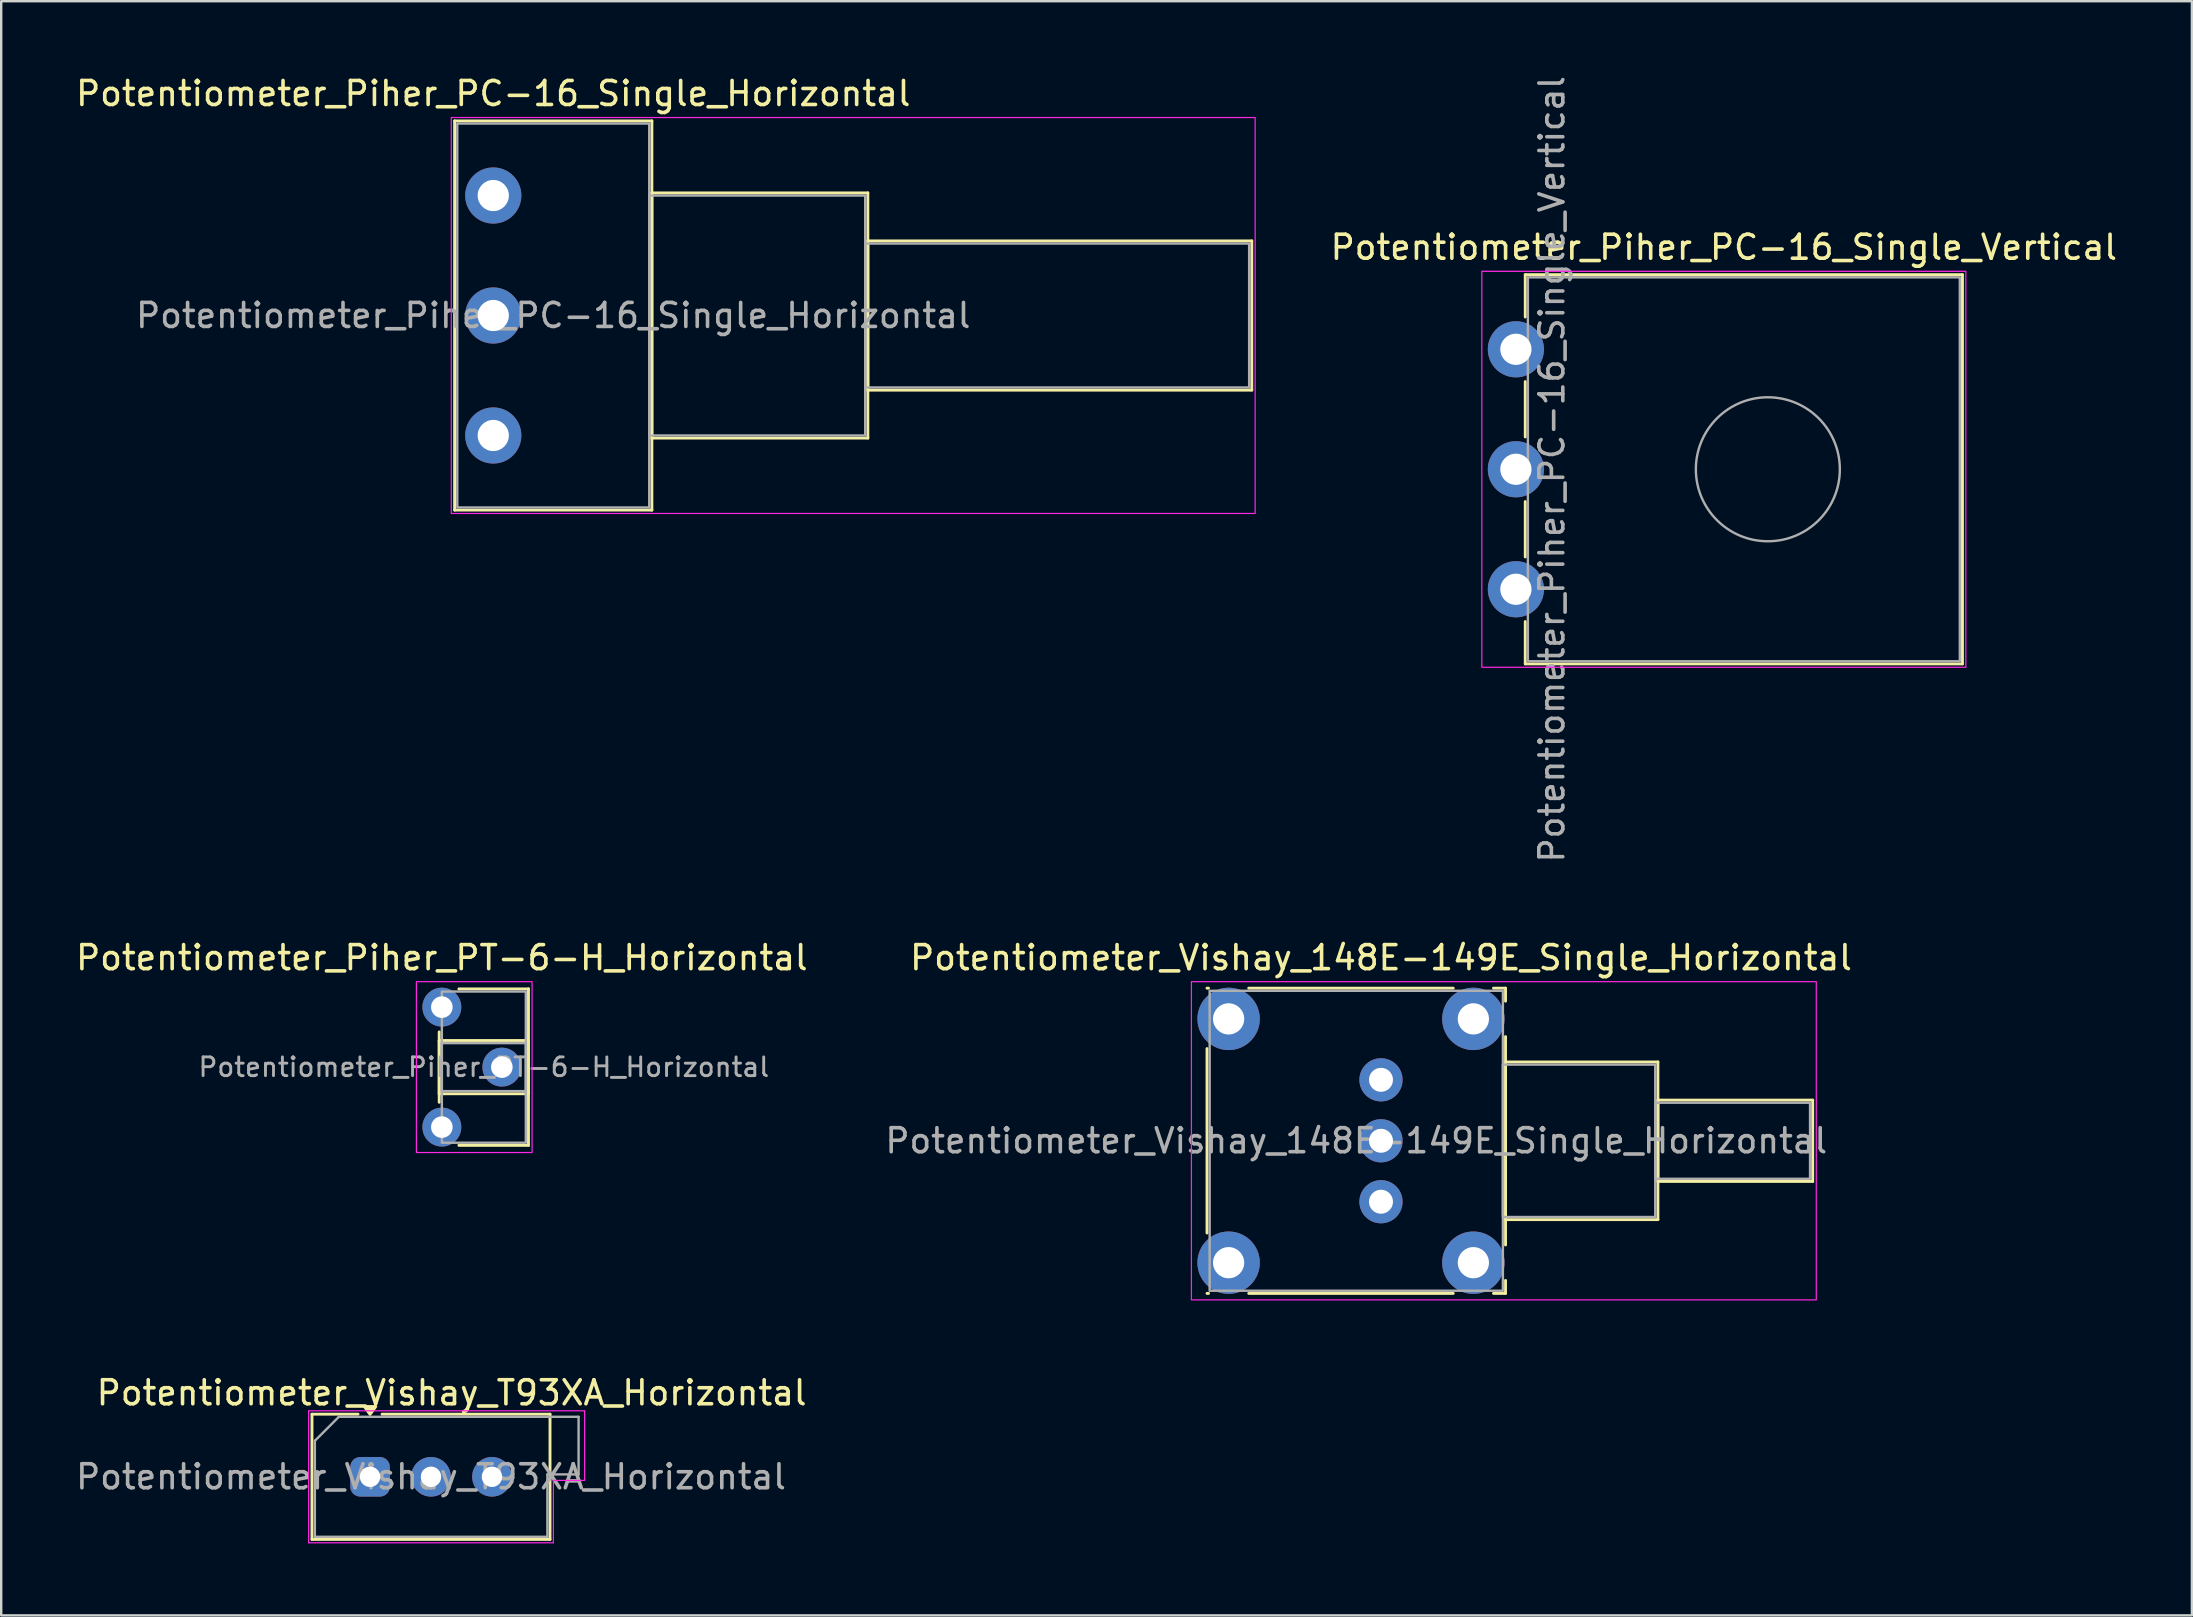
<source format=kicad_pcb>
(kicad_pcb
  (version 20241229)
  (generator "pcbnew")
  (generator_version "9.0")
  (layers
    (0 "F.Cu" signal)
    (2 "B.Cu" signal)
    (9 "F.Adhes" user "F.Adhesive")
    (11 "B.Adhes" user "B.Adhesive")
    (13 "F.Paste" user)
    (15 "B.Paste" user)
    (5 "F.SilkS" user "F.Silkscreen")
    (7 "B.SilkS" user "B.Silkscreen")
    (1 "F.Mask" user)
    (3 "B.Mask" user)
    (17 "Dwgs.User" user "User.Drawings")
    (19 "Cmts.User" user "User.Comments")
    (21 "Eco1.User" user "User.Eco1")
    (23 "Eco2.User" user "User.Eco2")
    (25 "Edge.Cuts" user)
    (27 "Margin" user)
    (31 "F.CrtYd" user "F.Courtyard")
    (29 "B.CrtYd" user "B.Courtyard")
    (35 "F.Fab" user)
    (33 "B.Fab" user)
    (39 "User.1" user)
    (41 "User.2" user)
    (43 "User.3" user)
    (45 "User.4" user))
  (footprint "Potentiometer_Piher_PC-16_Single_Vertical"
    (layer "F.Cu")
    (at 60.122 21.506)
    (property "Reference" "Potentiometer_Piher_PC-16_Single_Vertical" (at 8.665 -14.25 0) (layer "F.SilkS") (effects (font (size 1 1) (thickness 0.15))))
    (attr through_hole)
    (fp_line (start 0.39 -13.11) (end 18.61 -13.11) (stroke (width 0.12) (type solid)) (layer "F.SilkS"))
    (fp_line (start 0.39 -11.345) (end 0.39 -13.11) (stroke (width 0.12) (type solid)) (layer "F.SilkS"))
    (fp_line (start 0.39 -6.345) (end 0.39 -8.655) (stroke (width 0.12) (type solid)) (layer "F.SilkS"))
    (fp_line (start 0.39 -1.345) (end 0.39 -3.655) (stroke (width 0.12) (type solid)) (layer "F.SilkS"))
    (fp_line (start 0.39 3.11) (end 0.39 1.345) (stroke (width 0.12) (type solid)) (layer "F.SilkS"))
    (fp_line (start 18.61 -13.11) (end 18.61 3.11) (stroke (width 0.12) (type solid)) (layer "F.SilkS"))
    (fp_line (start 18.61 3.11) (end 0.39 3.11) (stroke (width 0.12) (type solid)) (layer "F.SilkS"))
    (fp_rect (start -1.42 -13.25) (end 18.75 3.25) (stroke (width 0.05) (type solid)) (fill no) (layer "F.CrtYd"))
    (fp_rect (start 0.5 -13) (end 18.5 3) (stroke (width 0.1) (type solid)) (fill no) (layer "F.Fab"))
    (fp_circle (center 10.5 -5) (end 13.5 -5) (stroke (width 0.1) (type solid)) (fill no) (layer "F.Fab"))
    (fp_text user "${REFERENCE}" (at 1.5 -5 90) (layer "F.Fab") (effects (font (size 1 1) (thickness 0.15))))
    (pad "1" thru_hole circle (at 0 0) (size 2.34 2.34) (drill 1.3) (layers "*.Cu" "*.Mask"))
    (pad "2" thru_hole circle (at 0 -5) (size 2.34 2.34) (drill 1.3) (layers "*.Cu" "*.Mask"))
    (pad "3" thru_hole circle (at 0 -10) (size 2.34 2.34) (drill 1.3) (layers "*.Cu" "*.Mask")))
  (footprint "Potentiometer_Piher_PT-6-H_Horizontal"
    (layer "F.Cu")
    (at 15.363 38.92)
    (property "Reference" "Potentiometer_Piher_PT-6-H_Horizontal" (at 0 -2.06 0) (layer "F.SilkS") (effects (font (size 1 1) (thickness 0.15))))
    (attr through_hole)
    (fp_line (start -0.11 1.39) (end 3.61 1.39) (stroke (width 0.12) (type solid)) (layer "F.SilkS"))
    (fp_line (start -0.11 3.61) (end -0.11 1.39) (stroke (width 0.12) (type solid)) (layer "F.SilkS"))
    (fp_line (start -0.11 3.966) (end -0.11 1.034) (stroke (width 0.12) (type solid)) (layer "F.SilkS"))
    (fp_line (start 0.71 -0.76) (end 3.61 -0.76) (stroke (width 0.12) (type solid)) (layer "F.SilkS"))
    (fp_line (start 3.61 -0.76) (end 3.61 5.76) (stroke (width 0.12) (type solid)) (layer "F.SilkS"))
    (fp_line (start 3.61 1.39) (end 3.61 3.61) (stroke (width 0.12) (type solid)) (layer "F.SilkS"))
    (fp_line (start 3.61 3.61) (end -0.11 3.61) (stroke (width 0.12) (type solid)) (layer "F.SilkS"))
    (fp_line (start 3.61 5.76) (end 0.71 5.76) (stroke (width 0.12) (type solid)) (layer "F.SilkS"))
    (fp_rect (start -1.06 -1.06) (end 3.76 6.06) (stroke (width 0.05) (type solid)) (fill no) (layer "F.CrtYd"))
    (fp_rect (start 0 -0.65) (end 3.5 5.65) (stroke (width 0.1) (type solid)) (fill no) (layer "F.Fab"))
    (fp_rect (start 0 1.5) (end 3.5 3.5) (stroke (width 0.1) (type solid)) (fill no) (layer "F.Fab"))
    (fp_text user "${REFERENCE}" (at 1.75 2.5 0) (layer "F.Fab") (effects (font (size 0.78 0.78) (thickness 0.12))))
    (pad "1" thru_hole circle (at 0 0) (size 1.62 1.62) (drill 0.9) (layers "*.Cu" "*.Mask"))
    (pad "2" thru_hole circle (at 2.5 2.5) (size 1.62 1.62) (drill 0.9) (layers "*.Cu" "*.Mask"))
    (pad "3" thru_hole circle (at 0 5) (size 1.62 1.62) (drill 0.9) (layers "*.Cu" "*.Mask")))
  (footprint "Potentiometer_Vishay_T93XA_Horizontal"
    (layer "F.Cu")
    (at 12.371 58.493)
    (property "Reference" "Potentiometer_Vishay_T93XA_Horizontal" (at 3.4 -3.5 0) (layer "F.SilkS") (effects (font (size 1 1) (thickness 0.15))))
    (attr through_hole)
    (fp_line (start -2.42 -2.61) (end -2.42 2.61) (stroke (width 0.12) (type default)) (layer "F.SilkS"))
    (fp_line (start -2.42 2.61) (end 7.5 2.61) (stroke (width 0.12) (type default)) (layer "F.SilkS"))
    (fp_line (start -0.5 -2.61) (end -2.42 -2.61) (stroke (width 0.12) (type default)) (layer "F.SilkS"))
    (fp_line (start 7.5 -2.61) (end 0.5 -2.61) (stroke (width 0.12) (type default)) (layer "F.SilkS"))
    (fp_line (start 7.5 2.61) (end 7.5 -2.61) (stroke (width 0.12) (type default)) (layer "F.SilkS"))
    (fp_poly (pts (xy 0 -2.6) (xy -0.24 -2.93) (xy 0.24 -2.93) (xy 0 -2.6)) (stroke (width 0.12) (type solid)) (fill yes) (layer "F.SilkS"))
    (fp_line (start -2.56 -2.75) (end -2.56 2.75) (stroke (width 0.05) (type default)) (layer "F.CrtYd"))
    (fp_line (start -2.56 -2.75) (end 7.64 -2.75) (stroke (width 0.05) (type default)) (layer "F.CrtYd"))
    (fp_line (start 7.64 0.15) (end 7.64 2.75) (stroke (width 0.05) (type default)) (layer "F.CrtYd"))
    (fp_line (start 7.64 0.15) (end 8.94 0.15) (stroke (width 0.05) (type default)) (layer "F.CrtYd"))
    (fp_line (start 7.64 2.75) (end -2.56 2.75) (stroke (width 0.05) (type default)) (layer "F.CrtYd"))
    (fp_line (start 8.94 -2.75) (end 7.64 -2.75) (stroke (width 0.05) (type default)) (layer "F.CrtYd"))
    (fp_line (start 8.94 0.15) (end 8.94 -2.75) (stroke (width 0.05) (type default)) (layer "F.CrtYd"))
    (fp_line (start -2.3 -1.5) (end -2.3 2.5) (stroke (width 0.1) (type default)) (layer "F.Fab"))
    (fp_line (start -2.3 -1.5) (end -1.3 -2.5) (stroke (width 0.1) (type default)) (layer "F.Fab"))
    (fp_line (start -2.3 2.5) (end 7.39 2.5) (stroke (width 0.1) (type default)) (layer "F.Fab"))
    (fp_line (start 7.39 -2.5) (end -1.3 -2.5) (stroke (width 0.1) (type default)) (layer "F.Fab"))
    (fp_line (start 7.39 -2.5) (end 8.69 -2.5) (stroke (width 0.1) (type default)) (layer "F.Fab"))
    (fp_line (start 7.39 -0.1) (end 7.39 2.5) (stroke (width 0.1) (type default)) (layer "F.Fab"))
    (fp_line (start 7.39 -0.1) (end 8.69 -0.1) (stroke (width 0.1) (type default)) (layer "F.Fab"))
    (fp_line (start 8.69 -0.1) (end 8.69 -2.5) (stroke (width 0.1) (type default)) (layer "F.Fab"))
    (fp_text user "${REFERENCE}" (at 2.54 0 0) (layer "F.Fab") (effects (font (size 1 1) (thickness 0.15))))
    (pad "1" thru_hole roundrect (at 0 0) (size 1.65 1.65) (drill 0.85) (layers "*.Cu" "*.Mask") (roundrect_rratio 0.25))
    (pad "2" thru_hole circle (at 2.54 0) (size 1.65 1.65) (drill 0.85) (layers "*.Cu" "*.Mask"))
    (pad "3" thru_hole circle (at 5.08 0) (size 1.65 1.65) (drill 0.85) (layers "*.Cu" "*.Mask")))
  (footprint "Potentiometer_Piher_PC-16_Single_Horizontal"
    (layer "F.Cu")
    (at 17.506 15.098)
    (property "Reference" "Potentiometer_Piher_PC-16_Single_Horizontal" (at 0 -14.25 0) (layer "F.SilkS") (effects (font (size 1 1) (thickness 0.15))))
    (attr through_hole)
    (fp_line (start -1.61 -13.11) (end 6.61 -13.11) (stroke (width 0.12) (type solid)) (layer "F.SilkS"))
    (fp_line (start -1.61 3.11) (end -1.61 -13.11) (stroke (width 0.12) (type solid)) (layer "F.SilkS"))
    (fp_line (start 6.61 -13.11) (end 6.61 3.11) (stroke (width 0.12) (type solid)) (layer "F.SilkS"))
    (fp_line (start 6.61 -10.11) (end 15.61 -10.11) (stroke (width 0.12) (type solid)) (layer "F.SilkS"))
    (fp_line (start 6.61 0.11) (end 6.61 -10.11) (stroke (width 0.12) (type solid)) (layer "F.SilkS"))
    (fp_line (start 6.61 3.11) (end -1.61 3.11) (stroke (width 0.12) (type solid)) (layer "F.SilkS"))
    (fp_line (start 15.61 -10.11) (end 15.61 0.11) (stroke (width 0.12) (type solid)) (layer "F.SilkS"))
    (fp_line (start 15.61 -8.11) (end 31.61 -8.11) (stroke (width 0.12) (type solid)) (layer "F.SilkS"))
    (fp_line (start 15.61 -1.89) (end 15.61 -8.11) (stroke (width 0.12) (type solid)) (layer "F.SilkS"))
    (fp_line (start 15.61 0.11) (end 6.61 0.11) (stroke (width 0.12) (type solid)) (layer "F.SilkS"))
    (fp_line (start 31.61 -8.11) (end 31.61 -1.89) (stroke (width 0.12) (type solid)) (layer "F.SilkS"))
    (fp_line (start 31.61 -1.89) (end 15.61 -1.89) (stroke (width 0.12) (type solid)) (layer "F.SilkS"))
    (fp_rect (start -1.75 -13.25) (end 31.75 3.25) (stroke (width 0.05) (type solid)) (fill no) (layer "F.CrtYd"))
    (fp_rect (start -1.5 -13) (end 6.5 3) (stroke (width 0.1) (type solid)) (fill no) (layer "F.Fab"))
    (fp_rect (start 6.5 -10) (end 15.5 0) (stroke (width 0.1) (type solid)) (fill no) (layer "F.Fab"))
    (fp_rect (start 15.5 -8) (end 31.5 -2) (stroke (width 0.1) (type solid)) (fill no) (layer "F.Fab"))
    (fp_text user "${REFERENCE}" (at 2.5 -5 0) (layer "F.Fab") (effects (font (size 1 1) (thickness 0.15))))
    (pad "1" thru_hole circle (at 0 0) (size 2.34 2.34) (drill 1.3) (layers "*.Cu" "*.Mask"))
    (pad "2" thru_hole circle (at 0 -5) (size 2.34 2.34) (drill 1.3) (layers "*.Cu" "*.Mask"))
    (pad "3" thru_hole circle (at 0 -10) (size 2.34 2.34) (drill 1.3) (layers "*.Cu" "*.Mask")))
  (footprint "Potentiometer_Vishay_148E-149E_Single_Horizontal"
    (layer "F.Cu")
    (at 54.5 47.03)
    (property "Reference" "Potentiometer_Vishay_148E-149E_Single_Horizontal" (at 0 -10.17 0) (layer "F.SilkS") (effects (font (size 1 1) (thickness 0.15))))
    (attr through_hole)
    (fp_line (start -7.25 -8.9) (end -7.188 -8.9) (stroke (width 0.12) (type solid)) (layer "F.SilkS"))
    (fp_line (start -7.25 1.303) (end -7.25 -6.383) (stroke (width 0.12) (type solid)) (layer "F.SilkS"))
    (fp_line (start -7.188 3.82) (end -7.25 3.82) (stroke (width 0.12) (type solid)) (layer "F.SilkS"))
    (fp_line (start -5.512 -8.9) (end 3.012 -8.9) (stroke (width 0.12) (type solid)) (layer "F.SilkS"))
    (fp_line (start 3.012 3.82) (end -5.512 3.82) (stroke (width 0.12) (type solid)) (layer "F.SilkS"))
    (fp_line (start 4.688 -8.9) (end 5.19 -8.9) (stroke (width 0.12) (type solid)) (layer "F.SilkS"))
    (fp_line (start 5.19 -8.9) (end 5.19 -8.358) (stroke (width 0.12) (type solid)) (layer "F.SilkS"))
    (fp_line (start 5.19 -6.882) (end 5.19 1.802) (stroke (width 0.12) (type solid)) (layer "F.SilkS"))
    (fp_line (start 5.19 -5.825) (end 11.54 -5.825) (stroke (width 0.12) (type solid)) (layer "F.SilkS"))
    (fp_line (start 5.19 0.745) (end 5.19 -5.825) (stroke (width 0.12) (type solid)) (layer "F.SilkS"))
    (fp_line (start 5.19 3.278) (end 5.19 3.82) (stroke (width 0.12) (type solid)) (layer "F.SilkS"))
    (fp_line (start 5.19 3.82) (end 4.688 3.82) (stroke (width 0.12) (type solid)) (layer "F.SilkS"))
    (fp_line (start 11.54 -5.825) (end 11.54 0.745) (stroke (width 0.12) (type solid)) (layer "F.SilkS"))
    (fp_line (start 11.54 -4.235) (end 17.99 -4.235) (stroke (width 0.12) (type solid)) (layer "F.SilkS"))
    (fp_line (start 11.54 -0.845) (end 11.54 -4.235) (stroke (width 0.12) (type solid)) (layer "F.SilkS"))
    (fp_line (start 11.54 0.745) (end 5.19 0.745) (stroke (width 0.12) (type solid)) (layer "F.SilkS"))
    (fp_line (start 17.99 -4.235) (end 17.99 -0.845) (stroke (width 0.12) (type solid)) (layer "F.SilkS"))
    (fp_line (start 17.99 -0.845) (end 11.54 -0.845) (stroke (width 0.12) (type solid)) (layer "F.SilkS"))
    (fp_rect (start -7.9 -9.17) (end 18.14 4.09) (stroke (width 0.05) (type solid)) (fill no) (layer "F.CrtYd"))
    (fp_rect (start -7.14 -8.79) (end 5.08 3.71) (stroke (width 0.1) (type solid)) (fill no) (layer "F.Fab"))
    (fp_rect (start 5.08 -5.715) (end 11.43 0.635) (stroke (width 0.1) (type solid)) (fill no) (layer "F.Fab"))
    (fp_rect (start 11.43 -4.125) (end 17.88 -0.955) (stroke (width 0.1) (type solid)) (fill no) (layer "F.Fab"))
    (fp_text user "${REFERENCE}" (at -1.03 -2.54 0) (layer "F.Fab") (effects (font (size 1 1) (thickness 0.15))))
    (pad "1" thru_hole circle (at 0 0) (size 1.8 1.8) (drill 1) (layers "*.Cu" "*.Mask"))
    (pad "2" thru_hole circle (at 0 -2.54) (size 1.8 1.8) (drill 1) (layers "*.Cu" "*.Mask"))
    (pad "3" thru_hole circle (at 0 -5.08) (size 1.8 1.8) (drill 1) (layers "*.Cu" "*.Mask"))
    (pad "MP" thru_hole circle (at -6.35 -7.62) (size 2.6 2.6) (drill 1.3) (layers "*.Cu" "*.Mask"))
    (pad "MP" thru_hole circle (at -6.35 2.54) (size 2.6 2.6) (drill 1.3) (layers "*.Cu" "*.Mask"))
    (pad "MP" thru_hole circle (at 3.85 -7.62) (size 2.6 2.6) (drill 1.3) (layers "*.Cu" "*.Mask"))
    (pad "MP" thru_hole circle (at 3.85 2.54) (size 2.6 2.6) (drill 1.3) (layers "*.Cu" "*.Mask")))
  (gr_rect
    (start -3 -3)
    (end 88.293 64.268)
    (stroke (width 0.1) (type default))
    (fill no)
    (layer "Edge.Cuts")))
</source>
